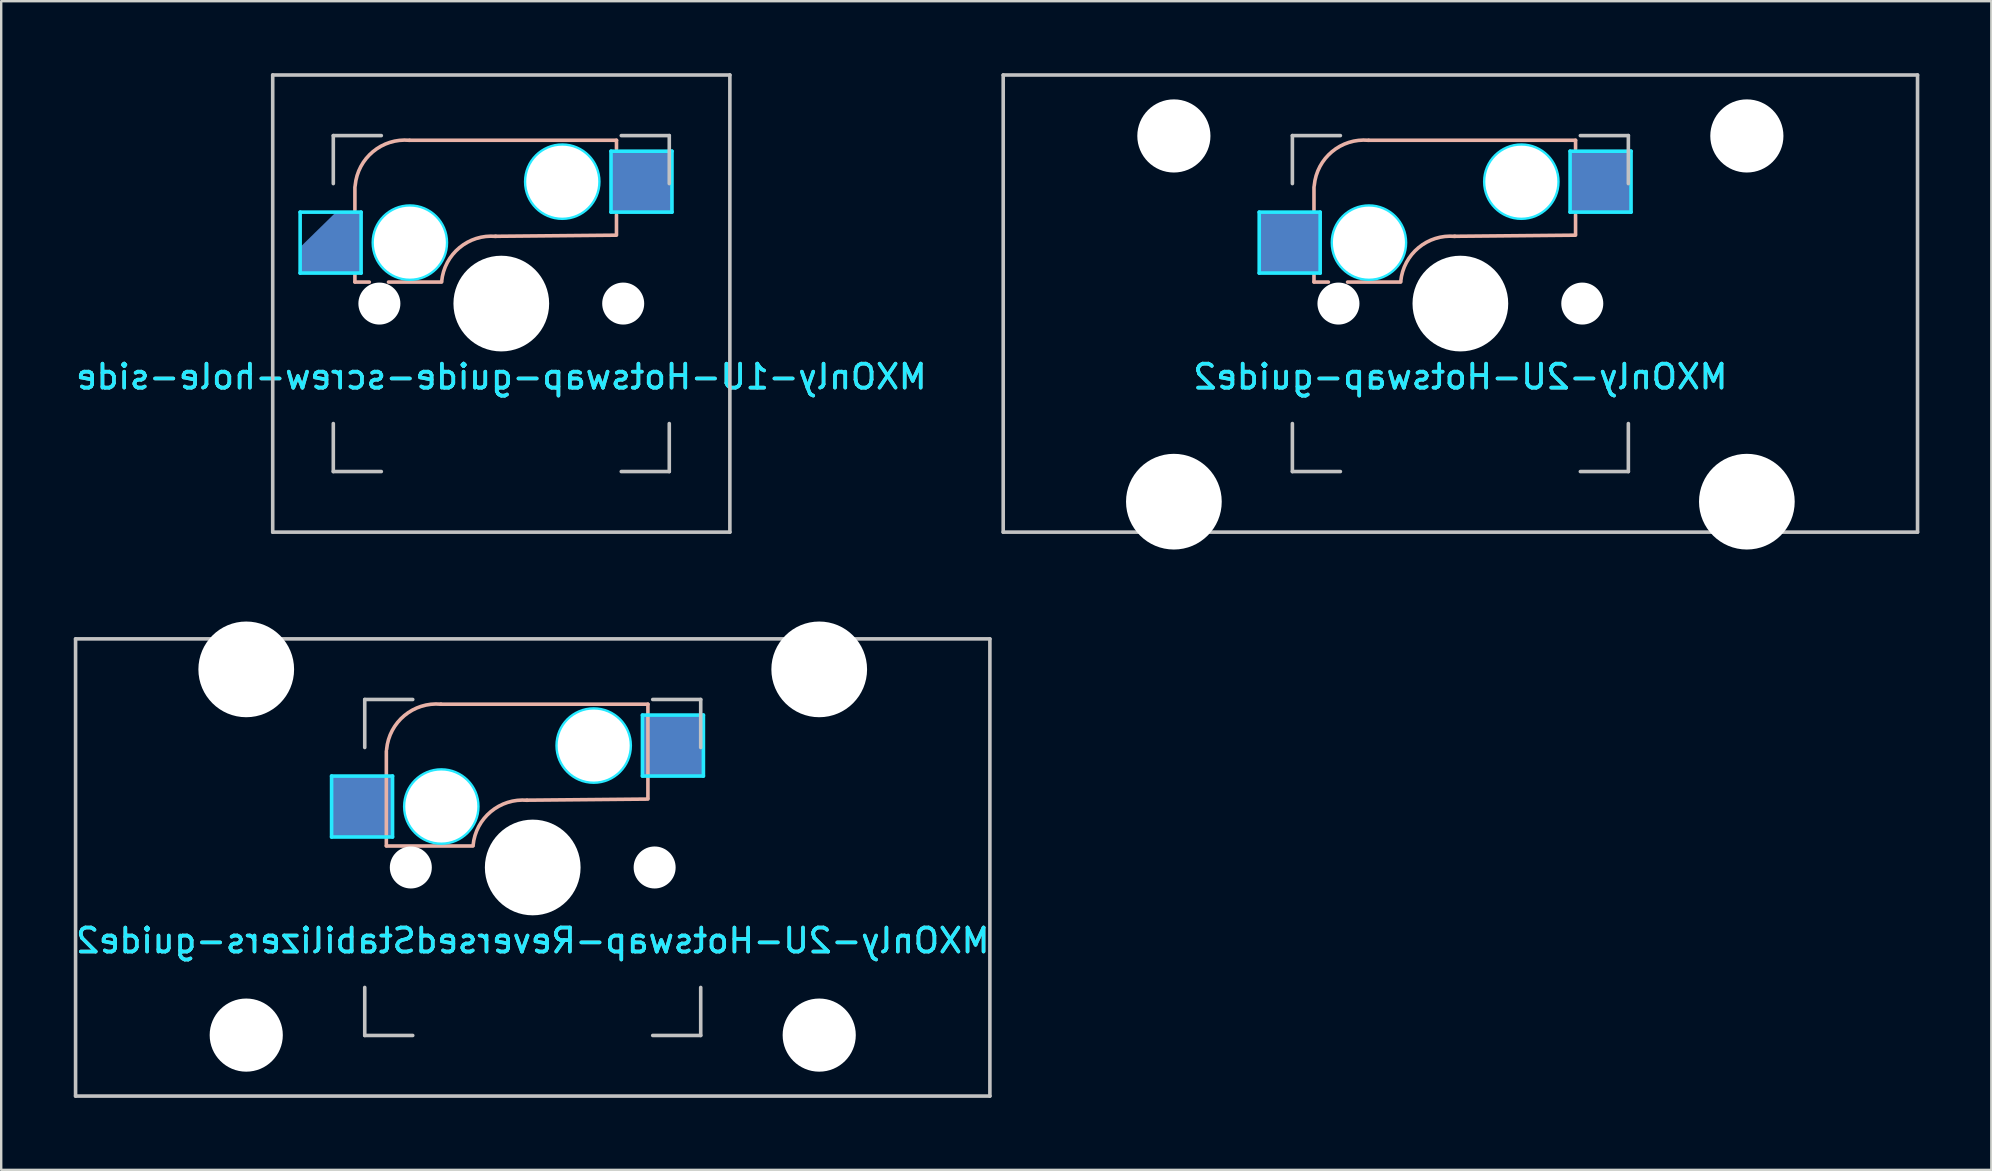
<source format=kicad_pcb>
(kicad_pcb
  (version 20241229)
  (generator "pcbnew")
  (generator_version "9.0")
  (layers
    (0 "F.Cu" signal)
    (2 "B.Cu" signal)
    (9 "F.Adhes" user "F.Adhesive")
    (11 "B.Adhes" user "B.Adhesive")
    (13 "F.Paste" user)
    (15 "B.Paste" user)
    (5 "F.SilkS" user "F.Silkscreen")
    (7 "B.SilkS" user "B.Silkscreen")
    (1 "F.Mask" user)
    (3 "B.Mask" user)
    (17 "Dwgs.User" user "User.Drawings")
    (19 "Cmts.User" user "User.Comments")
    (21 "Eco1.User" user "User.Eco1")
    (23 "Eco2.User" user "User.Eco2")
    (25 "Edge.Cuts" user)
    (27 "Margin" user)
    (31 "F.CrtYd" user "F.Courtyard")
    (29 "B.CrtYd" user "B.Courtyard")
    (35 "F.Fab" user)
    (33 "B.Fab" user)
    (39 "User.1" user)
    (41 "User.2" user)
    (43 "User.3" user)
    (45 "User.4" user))
  (footprint "MXOnly-2U-Hotswap-ReversedStabilizers-guide2"
    (layer "F.Cu")
    (at 19.149 33.098)
    (property "Reference" "MXOnly-2U-Hotswap-ReversedStabilizers-guide2" (at 0 3.048 0) (layer "B.CrtYd") (effects (font (size 1 1) (thickness 0.15)) (justify mirror)))
    (attr smd)
    (fp_line (start -6.1 -4.85) (end -6.1 -0.905) (stroke (width 0.15) (type solid)) (layer "B.SilkS"))
    (fp_line (start -6.1 -0.896) (end -2.49 -0.896) (stroke (width 0.15) (type solid)) (layer "B.SilkS"))
    (fp_line (start 4.8 -6.804) (end -3.825 -6.804) (stroke (width 0.15) (type solid)) (layer "B.SilkS"))
    (fp_line (start 4.8 -2.896) (end 4.8 -6.804) (stroke (width 0.15) (type solid)) (layer "B.SilkS"))
    (fp_line (start 4.8 -2.85) (end -0.25 -2.804) (stroke (width 0.15) (type solid)) (layer "B.SilkS"))
    (fp_arc (start -6.089 -4.92) (mid -5.347189 -6.33089) (end -3.825 -6.804) (stroke (width 0.15) (type solid)) (layer "B.SilkS"))
    (fp_arc (start -2.485 -0.92) (mid -1.744361 -2.328061) (end -0.225 -2.8) (stroke (width 0.15) (type solid)) (layer "B.SilkS"))
    (fp_line (start -19.05 -9.525) (end 19.05 -9.525) (stroke (width 0.15) (type solid)) (layer "Dwgs.User"))
    (fp_line (start -19.05 9.525) (end -19.05 -9.525) (stroke (width 0.15) (type solid)) (layer "Dwgs.User"))
    (fp_line (start -7 -7) (end -7 -5) (stroke (width 0.15) (type solid)) (layer "Dwgs.User"))
    (fp_line (start -7 5) (end -7 7) (stroke (width 0.15) (type solid)) (layer "Dwgs.User"))
    (fp_line (start -7 7) (end -5 7) (stroke (width 0.15) (type solid)) (layer "Dwgs.User"))
    (fp_line (start -5 -7) (end -7 -7) (stroke (width 0.15) (type solid)) (layer "Dwgs.User"))
    (fp_line (start 5 -7) (end 7 -7) (stroke (width 0.15) (type solid)) (layer "Dwgs.User"))
    (fp_line (start 5 7) (end 7 7) (stroke (width 0.15) (type solid)) (layer "Dwgs.User"))
    (fp_line (start 7 -7) (end 7 -5) (stroke (width 0.15) (type solid)) (layer "Dwgs.User"))
    (fp_line (start 7 7) (end 7 5) (stroke (width 0.15) (type solid)) (layer "Dwgs.User"))
    (fp_line (start 19.05 -9.525) (end 19.05 9.525) (stroke (width 0.15) (type solid)) (layer "Dwgs.User"))
    (fp_line (start 19.05 9.525) (end -19.05 9.525) (stroke (width 0.15) (type solid)) (layer "Dwgs.User"))
    (fp_rect (start -14.986 -9.144) (end -8.89 9.144) (stroke (width 0.12) (type solid)) (fill no) (layer "Eco1.User"))
    (fp_rect (start 8.89 -9.144) (end 14.986 9.144) (stroke (width 0.12) (type solid)) (fill no) (layer "Eco1.User"))
    (fp_line (start -8.382 -3.81) (end -5.842 -3.81) (stroke (width 0.15) (type solid)) (layer "B.CrtYd"))
    (fp_line (start -8.382 -1.27) (end -8.382 -3.81) (stroke (width 0.15) (type solid)) (layer "B.CrtYd"))
    (fp_line (start -5.842 -3.81) (end -5.842 -1.27) (stroke (width 0.15) (type solid)) (layer "B.CrtYd"))
    (fp_line (start -5.842 -1.27) (end -8.382 -1.27) (stroke (width 0.15) (type solid)) (layer "B.CrtYd"))
    (fp_line (start 4.572 -6.35) (end 7.112 -6.35) (stroke (width 0.15) (type solid)) (layer "B.CrtYd"))
    (fp_line (start 4.572 -3.81) (end 4.572 -6.35) (stroke (width 0.15) (type solid)) (layer "B.CrtYd"))
    (fp_line (start 7.112 -6.35) (end 7.112 -3.81) (stroke (width 0.15) (type solid)) (layer "B.CrtYd"))
    (fp_line (start 7.112 -3.81) (end 4.572 -3.81) (stroke (width 0.15) (type solid)) (layer "B.CrtYd"))
    (fp_circle (center -3.81 -2.54) (end -3.81 -4.064) (stroke (width 0.15) (type solid)) (fill no) (layer "B.CrtYd"))
    (fp_circle (center 2.54 -5.08) (end 2.54 -6.604) (stroke (width 0.15) (type solid)) (fill no) (layer "B.CrtYd"))
    (fp_text user "${REFERENCE}" (at 0 3.048 0) (layer "B.SilkS") (effects (font (size 1 1) (thickness 0.15)) (justify mirror)))
    (pad "" np_thru_hole circle (at -11.938 -8.255) (size 3.988 3.988) (drill 3.988) (layers "*.Cu" "*.Mask"))
    (pad "" np_thru_hole circle (at -11.938 6.985) (size 3.048 3.048) (drill 3.048) (layers "*.Cu" "*.Mask"))
    (pad "" np_thru_hole circle (at -5.08 0 48.1) (size 1.75 1.75) (drill 1.75) (layers "*.Cu" "*.Mask"))
    (pad "" np_thru_hole circle (at -3.81 -2.54) (size 3 3) (drill 3) (layers "*.Cu" "*.Mask"))
    (pad "" np_thru_hole circle (at 0 0) (size 3.988 3.988) (drill 3.988) (layers "*.Cu" "*.Mask"))
    (pad "" np_thru_hole circle (at 2.54 -5.08) (size 3 3) (drill 3) (layers "*.Cu" "*.Mask"))
    (pad "" np_thru_hole circle (at 5.08 0 48.1) (size 1.75 1.75) (drill 1.75) (layers "*.Cu" "*.Mask"))
    (pad "" np_thru_hole circle (at 11.938 -8.255) (size 3.988 3.988) (drill 3.988) (layers "*.Cu" "*.Mask"))
    (pad "" np_thru_hole circle (at 11.938 6.985) (size 3.048 3.048) (drill 3.048) (layers "*.Cu" "*.Mask"))
    (pad "1" smd rect (at -7.085 -2.54) (size 2.55 2.5) (layers "B.Cu" "B.Mask" "B.Paste"))
    (pad "2" smd rect (at 5.842 -5.08) (size 2.55 2.5) (layers "B.Cu" "B.Mask" "B.Paste")))
  (footprint "MXOnly-2U-Hotswap-guide2"
    (layer "F.Cu")
    (at 57.804 9.6)
    (property "Reference" "MXOnly-2U-Hotswap-guide2" (at 0 3.048 0) (layer "B.CrtYd") (effects (font (size 1 1) (thickness 0.15)) (justify mirror)))
    (attr smd)
    (fp_line (start -6.1 -4.85) (end -6.1 -3.9) (stroke (width 0.15) (type solid)) (layer "B.SilkS"))
    (fp_line (start -6.1 -1.2) (end -6.1 -0.905) (stroke (width 0.15) (type solid)) (layer "B.SilkS"))
    (fp_line (start -6.1 -0.896) (end -5.5 -0.896) (stroke (width 0.15) (type solid)) (layer "B.SilkS"))
    (fp_line (start -4.7 -0.896) (end -2.49 -0.896) (stroke (width 0.15) (type solid)) (layer "B.SilkS"))
    (fp_line (start 4.8 -6.804) (end -3.825 -6.804) (stroke (width 0.15) (type solid)) (layer "B.SilkS"))
    (fp_line (start 4.8 -6.45) (end 4.8 -6.804) (stroke (width 0.15) (type solid)) (layer "B.SilkS"))
    (fp_line (start 4.8 -2.896) (end 4.8 -3.7) (stroke (width 0.15) (type solid)) (layer "B.SilkS"))
    (fp_line (start 4.8 -2.85) (end -0.25 -2.804) (stroke (width 0.15) (type solid)) (layer "B.SilkS"))
    (fp_arc (start -6.089 -4.92) (mid -5.347189 -6.33089) (end -3.825 -6.804) (stroke (width 0.15) (type solid)) (layer "B.SilkS"))
    (fp_arc (start -2.485 -0.92) (mid -1.744361 -2.328061) (end -0.225 -2.8) (stroke (width 0.15) (type solid)) (layer "B.SilkS"))
    (fp_line (start -19.05 -9.525) (end 19.05 -9.525) (stroke (width 0.15) (type solid)) (layer "Dwgs.User"))
    (fp_line (start -19.05 9.525) (end -19.05 -9.525) (stroke (width 0.15) (type solid)) (layer "Dwgs.User"))
    (fp_line (start -7 -7) (end -7 -5) (stroke (width 0.15) (type solid)) (layer "Dwgs.User"))
    (fp_line (start -7 5) (end -7 7) (stroke (width 0.15) (type solid)) (layer "Dwgs.User"))
    (fp_line (start -7 7) (end -5 7) (stroke (width 0.15) (type solid)) (layer "Dwgs.User"))
    (fp_line (start -5 -7) (end -7 -7) (stroke (width 0.15) (type solid)) (layer "Dwgs.User"))
    (fp_line (start 5 -7) (end 7 -7) (stroke (width 0.15) (type solid)) (layer "Dwgs.User"))
    (fp_line (start 5 7) (end 7 7) (stroke (width 0.15) (type solid)) (layer "Dwgs.User"))
    (fp_line (start 7 -7) (end 7 -5) (stroke (width 0.15) (type solid)) (layer "Dwgs.User"))
    (fp_line (start 7 7) (end 7 5) (stroke (width 0.15) (type solid)) (layer "Dwgs.User"))
    (fp_line (start 19.05 -9.525) (end 19.05 9.525) (stroke (width 0.15) (type solid)) (layer "Dwgs.User"))
    (fp_line (start 19.05 9.525) (end -19.05 9.525) (stroke (width 0.15) (type solid)) (layer "Dwgs.User"))
    (fp_rect (start -14.986 -9.144) (end -8.89 9.144) (stroke (width 0.12) (type solid)) (fill no) (layer "Eco1.User"))
    (fp_rect (start 8.89 -9.144) (end 14.986 9.144) (stroke (width 0.12) (type solid)) (fill no) (layer "Eco1.User"))
    (fp_line (start -8.382 -3.81) (end -5.842 -3.81) (stroke (width 0.15) (type solid)) (layer "B.CrtYd"))
    (fp_line (start -8.382 -1.27) (end -8.382 -3.81) (stroke (width 0.15) (type solid)) (layer "B.CrtYd"))
    (fp_line (start -5.842 -3.81) (end -5.842 -1.27) (stroke (width 0.15) (type solid)) (layer "B.CrtYd"))
    (fp_line (start -5.842 -1.27) (end -8.382 -1.27) (stroke (width 0.15) (type solid)) (layer "B.CrtYd"))
    (fp_line (start 4.572 -6.35) (end 7.112 -6.35) (stroke (width 0.15) (type solid)) (layer "B.CrtYd"))
    (fp_line (start 4.572 -3.81) (end 4.572 -6.35) (stroke (width 0.15) (type solid)) (layer "B.CrtYd"))
    (fp_line (start 7.112 -6.35) (end 7.112 -3.81) (stroke (width 0.15) (type solid)) (layer "B.CrtYd"))
    (fp_line (start 7.112 -3.81) (end 4.572 -3.81) (stroke (width 0.15) (type solid)) (layer "B.CrtYd"))
    (fp_circle (center -3.81 -2.54) (end -3.81 -4.064) (stroke (width 0.15) (type solid)) (fill no) (layer "B.CrtYd"))
    (fp_circle (center 2.54 -5.08) (end 2.54 -6.604) (stroke (width 0.15) (type solid)) (fill no) (layer "B.CrtYd"))
    (fp_text user "${REFERENCE}" (at 0 3.048 0) (layer "B.SilkS") (effects (font (size 1 1) (thickness 0.15)) (justify mirror)))
    (pad "" np_thru_hole circle (at -11.938 -6.985) (size 3.048 3.048) (drill 3.048) (layers "*.Cu" "*.Mask"))
    (pad "" np_thru_hole circle (at -11.938 8.255) (size 3.988 3.988) (drill 3.988) (layers "*.Cu" "*.Mask"))
    (pad "" np_thru_hole circle (at -5.08 0 48.1) (size 1.75 1.75) (drill 1.75) (layers "*.Cu" "*.Mask"))
    (pad "" np_thru_hole circle (at -3.81 -2.54) (size 3 3) (drill 3) (layers "*.Cu" "*.Mask"))
    (pad "" np_thru_hole circle (at 0 0) (size 3.988 3.988) (drill 3.988) (layers "*.Cu" "*.Mask"))
    (pad "" np_thru_hole circle (at 2.54 -5.08) (size 3 3) (drill 3) (layers "*.Cu" "*.Mask"))
    (pad "" np_thru_hole circle (at 5.08 0 48.1) (size 1.75 1.75) (drill 1.75) (layers "*.Cu" "*.Mask"))
    (pad "" np_thru_hole circle (at 11.938 -6.985) (size 3.048 3.048) (drill 3.048) (layers "*.Cu" "*.Mask"))
    (pad "" np_thru_hole circle (at 11.938 8.255) (size 3.988 3.988) (drill 3.988) (layers "*.Cu" "*.Mask"))
    (pad "1" smd rect (at -7.085 -2.54) (size 2.55 2.5) (layers "B.Cu" "B.Mask" "B.Paste"))
    (pad "2" smd rect (at 5.842 -5.08) (size 2.55 2.5) (layers "B.Cu" "B.Mask" "B.Paste")))
  (footprint "MXOnly-1U-Hotswap-guide-screw-hole-side"
    (layer "F.Cu")
    (at 17.839 9.6)
    (property "Reference" "MXOnly-1U-Hotswap-guide-screw-hole-side" (at 0 3.048 0) (layer "B.CrtYd") (effects (font (size 1 1) (thickness 0.15)) (justify mirror)))
    (attr smd)
    (fp_line (start -6.1 -4.85) (end -6.1 -3.9) (stroke (width 0.15) (type solid)) (layer "B.SilkS"))
    (fp_line (start -6.1 -1.2) (end -6.1 -0.905) (stroke (width 0.15) (type solid)) (layer "B.SilkS"))
    (fp_line (start -6.1 -0.896) (end -5.5 -0.896) (stroke (width 0.15) (type solid)) (layer "B.SilkS"))
    (fp_line (start -4.7 -0.896) (end -2.49 -0.896) (stroke (width 0.15) (type solid)) (layer "B.SilkS"))
    (fp_line (start 4.8 -6.804) (end -3.825 -6.804) (stroke (width 0.15) (type solid)) (layer "B.SilkS"))
    (fp_line (start 4.8 -6.45) (end 4.8 -6.804) (stroke (width 0.15) (type solid)) (layer "B.SilkS"))
    (fp_line (start 4.8 -2.896) (end 4.8 -3.7) (stroke (width 0.15) (type solid)) (layer "B.SilkS"))
    (fp_line (start 4.8 -2.85) (end -0.25 -2.804) (stroke (width 0.15) (type solid)) (layer "B.SilkS"))
    (fp_arc (start -6.089 -4.92) (mid -5.347189 -6.33089) (end -3.825 -6.804) (stroke (width 0.15) (type solid)) (layer "B.SilkS"))
    (fp_arc (start -2.485 -0.92) (mid -1.744361 -2.328061) (end -0.225 -2.8) (stroke (width 0.15) (type solid)) (layer "B.SilkS"))
    (fp_line (start -9.525 -9.525) (end 9.525 -9.525) (stroke (width 0.15) (type solid)) (layer "Dwgs.User"))
    (fp_line (start -9.525 9.525) (end -9.525 -9.525) (stroke (width 0.15) (type solid)) (layer "Dwgs.User"))
    (fp_line (start -7 -7) (end -7 -5) (stroke (width 0.15) (type solid)) (layer "Dwgs.User"))
    (fp_line (start -7 5) (end -7 7) (stroke (width 0.15) (type solid)) (layer "Dwgs.User"))
    (fp_line (start -7 7) (end -5 7) (stroke (width 0.15) (type solid)) (layer "Dwgs.User"))
    (fp_line (start -5 -7) (end -7 -7) (stroke (width 0.15) (type solid)) (layer "Dwgs.User"))
    (fp_line (start 5 -7) (end 7 -7) (stroke (width 0.15) (type solid)) (layer "Dwgs.User"))
    (fp_line (start 5 7) (end 7 7) (stroke (width 0.15) (type solid)) (layer "Dwgs.User"))
    (fp_line (start 7 -7) (end 7 -5) (stroke (width 0.15) (type solid)) (layer "Dwgs.User"))
    (fp_line (start 7 7) (end 7 5) (stroke (width 0.15) (type solid)) (layer "Dwgs.User"))
    (fp_line (start 9.525 -9.525) (end 9.525 9.525) (stroke (width 0.15) (type solid)) (layer "Dwgs.User"))
    (fp_line (start 9.525 9.525) (end -9.525 9.525) (stroke (width 0.15) (type solid)) (layer "Dwgs.User"))
    (fp_line (start -8.382 -3.81) (end -8.382 -1.27) (stroke (width 0.15) (type solid)) (layer "B.CrtYd"))
    (fp_line (start -8.382 -1.27) (end -5.842 -1.27) (stroke (width 0.15) (type solid)) (layer "B.CrtYd"))
    (fp_line (start -5.842 -3.81) (end -8.382 -3.81) (stroke (width 0.15) (type solid)) (layer "B.CrtYd"))
    (fp_line (start -5.842 -1.27) (end -5.842 -3.81) (stroke (width 0.15) (type solid)) (layer "B.CrtYd"))
    (fp_line (start 4.572 -6.35) (end 7.112 -6.35) (stroke (width 0.15) (type solid)) (layer "B.CrtYd"))
    (fp_line (start 4.572 -3.81) (end 4.572 -6.35) (stroke (width 0.15) (type solid)) (layer "B.CrtYd"))
    (fp_line (start 7.112 -6.35) (end 7.112 -3.81) (stroke (width 0.15) (type solid)) (layer "B.CrtYd"))
    (fp_line (start 7.112 -3.81) (end 4.572 -3.81) (stroke (width 0.15) (type solid)) (layer "B.CrtYd"))
    (fp_circle (center -3.81 -2.54) (end -3.81 -4.064) (stroke (width 0.15) (type solid)) (fill no) (layer "B.CrtYd"))
    (fp_circle (center 2.54 -5.08) (end 2.54 -6.604) (stroke (width 0.15) (type solid)) (fill no) (layer "B.CrtYd"))
    (fp_text user "${REFERENCE}" (at 0 3.048 0) (layer "B.SilkS") (effects (font (size 1 1) (thickness 0.15)) (justify mirror)))
    (pad "" np_thru_hole circle (at -5.08 0 48.1) (size 1.75 1.75) (drill 1.75) (layers "*.Cu" "*.Mask"))
    (pad "" np_thru_hole circle (at -3.81 -2.54) (size 3 3) (drill 3) (layers "*.Cu" "*.Mask"))
    (pad "" np_thru_hole circle (at 0 0) (size 3.988 3.988) (drill 3.988) (layers "*.Cu" "*.Mask"))
    (pad "" np_thru_hole circle (at 2.54 -5.08) (size 3 3) (drill 3) (layers "*.Cu" "*.Mask"))
    (pad "" np_thru_hole circle (at 5.08 0 48.1) (size 1.75 1.75) (drill 1.75) (layers "*.Cu" "*.Mask"))
    (pad "1" smd custom (at -7.085 -2.54) (size 1 1) (layers "B.Cu" "B.Mask" "B.Paste") (options (anchor rect)) (primitives (gr_poly (pts (xy 0.2 -1.19) (xy 1.22 -1.19) (xy 1.22 1.19) (xy -1.22 1.19) (xy -1.22 0.2)) (width 0.12) (fill yes))))
    (pad "2" smd rect (at 5.842 -5.08) (size 2.55 2.5) (layers "B.Cu" "B.Mask" "B.Paste")))
  (gr_rect
    (start -3 -3)
    (end 79.929 45.698)
    (stroke (width 0.1) (type default))
    (fill no)
    (layer "Edge.Cuts")))
</source>
